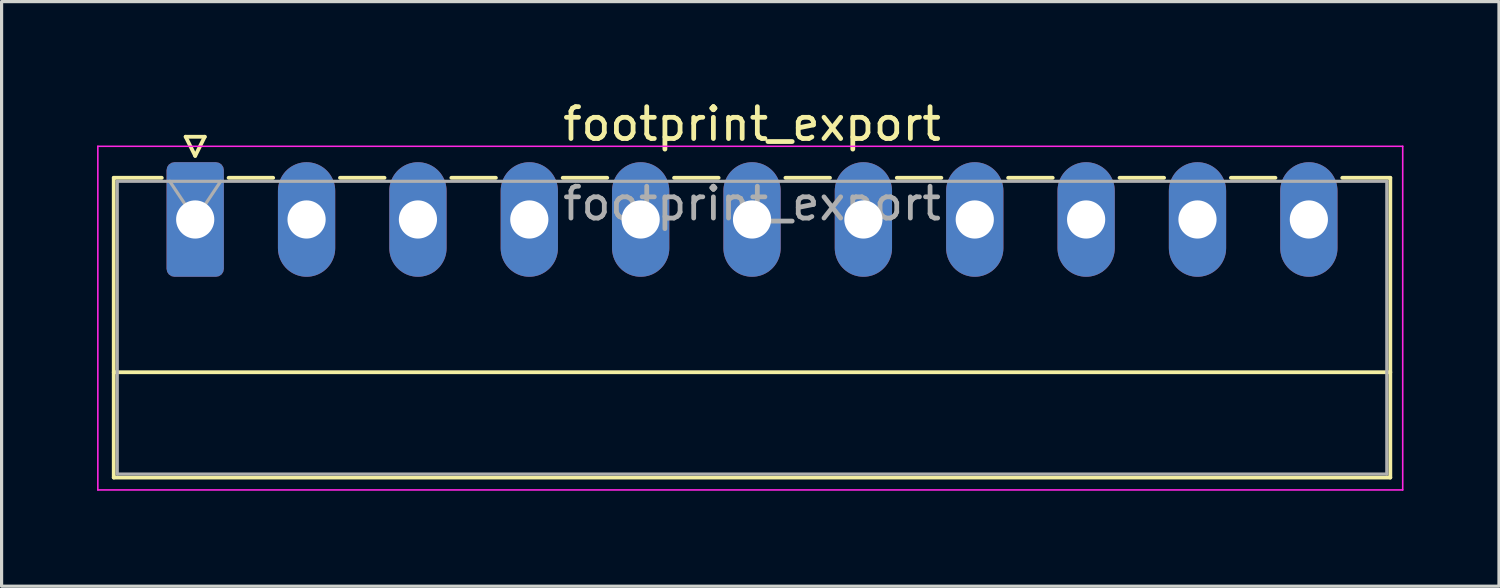
<source format=kicad_pcb>
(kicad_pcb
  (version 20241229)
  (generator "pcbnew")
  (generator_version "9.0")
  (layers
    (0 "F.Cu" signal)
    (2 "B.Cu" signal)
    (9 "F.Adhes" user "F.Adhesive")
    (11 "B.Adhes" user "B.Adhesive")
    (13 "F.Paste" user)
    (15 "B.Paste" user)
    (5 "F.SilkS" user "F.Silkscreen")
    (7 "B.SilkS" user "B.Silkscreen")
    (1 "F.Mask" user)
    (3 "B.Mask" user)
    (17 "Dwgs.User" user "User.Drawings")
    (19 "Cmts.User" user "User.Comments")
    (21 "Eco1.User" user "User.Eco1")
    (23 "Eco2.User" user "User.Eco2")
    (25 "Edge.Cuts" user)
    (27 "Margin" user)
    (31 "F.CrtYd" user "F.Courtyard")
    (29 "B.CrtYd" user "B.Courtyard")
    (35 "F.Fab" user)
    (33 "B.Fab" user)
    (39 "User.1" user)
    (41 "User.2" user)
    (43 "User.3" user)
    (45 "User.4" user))
  (footprint "footprint_export"
    (layer "F.Cu")
    (at 3.085 3.848)
    (property "Reference" "footprint_export" (at 17.5 -3 0) (layer "F.SilkS") (effects (font (size 1 1) (thickness 0.15))))
    (attr through_hole)
    (fp_line (start -2.56 -1.31) (end -2.56 8.11) (stroke (width 0.12) (type solid)) (layer "F.SilkS"))
    (fp_line (start -2.56 -1.31) (end -1.05 -1.31) (stroke (width 0.12) (type solid)) (layer "F.SilkS"))
    (fp_line (start -2.56 4.8) (end 37.56 4.8) (stroke (width 0.12) (type solid)) (layer "F.SilkS"))
    (fp_line (start -2.56 8.11) (end 37.56 8.11) (stroke (width 0.12) (type solid)) (layer "F.SilkS"))
    (fp_line (start -0.3 -2.6) (end 0.3 -2.6) (stroke (width 0.12) (type solid)) (layer "F.SilkS"))
    (fp_line (start 0 -2) (end -0.3 -2.6) (stroke (width 0.12) (type solid)) (layer "F.SilkS"))
    (fp_line (start 0.3 -2.6) (end 0 -2) (stroke (width 0.12) (type solid)) (layer "F.SilkS"))
    (fp_line (start 1.05 -1.31) (end 2.45 -1.31) (stroke (width 0.12) (type solid)) (layer "F.SilkS"))
    (fp_line (start 4.55 -1.31) (end 5.95 -1.31) (stroke (width 0.12) (type solid)) (layer "F.SilkS"))
    (fp_line (start 8.05 -1.31) (end 9.45 -1.31) (stroke (width 0.12) (type solid)) (layer "F.SilkS"))
    (fp_line (start 11.55 -1.31) (end 12.95 -1.31) (stroke (width 0.12) (type solid)) (layer "F.SilkS"))
    (fp_line (start 15.05 -1.31) (end 16.45 -1.31) (stroke (width 0.12) (type solid)) (layer "F.SilkS"))
    (fp_line (start 18.55 -1.31) (end 19.95 -1.31) (stroke (width 0.12) (type solid)) (layer "F.SilkS"))
    (fp_line (start 22.05 -1.31) (end 23.45 -1.31) (stroke (width 0.12) (type solid)) (layer "F.SilkS"))
    (fp_line (start 25.55 -1.31) (end 26.95 -1.31) (stroke (width 0.12) (type solid)) (layer "F.SilkS"))
    (fp_line (start 29.05 -1.31) (end 30.45 -1.31) (stroke (width 0.12) (type solid)) (layer "F.SilkS"))
    (fp_line (start 32.55 -1.31) (end 33.95 -1.31) (stroke (width 0.12) (type solid)) (layer "F.SilkS"))
    (fp_line (start 37.56 -1.31) (end 36.05 -1.31) (stroke (width 0.12) (type solid)) (layer "F.SilkS"))
    (fp_line (start 37.56 8.11) (end 37.56 -1.31) (stroke (width 0.12) (type solid)) (layer "F.SilkS"))
    (fp_line (start -3.06 -2.3) (end -3.06 8.5) (stroke (width 0.05) (type solid)) (layer "F.CrtYd"))
    (fp_line (start -3.06 8.5) (end 37.95 8.5) (stroke (width 0.05) (type solid)) (layer "F.CrtYd"))
    (fp_line (start 37.95 -2.3) (end -3.06 -2.3) (stroke (width 0.05) (type solid)) (layer "F.CrtYd"))
    (fp_line (start 37.95 8.5) (end 37.95 -2.3) (stroke (width 0.05) (type solid)) (layer "F.CrtYd"))
    (fp_line (start -2.45 -1.2) (end -2.45 8) (stroke (width 0.1) (type solid)) (layer "F.Fab"))
    (fp_line (start -2.45 8) (end 37.45 8) (stroke (width 0.1) (type solid)) (layer "F.Fab"))
    (fp_line (start 0 0) (end -0.8 -1.2) (stroke (width 0.1) (type solid)) (layer "F.Fab"))
    (fp_line (start 0.8 -1.2) (end 0 0) (stroke (width 0.1) (type solid)) (layer "F.Fab"))
    (fp_line (start 37.45 -1.2) (end -2.45 -1.2) (stroke (width 0.1) (type solid)) (layer "F.Fab"))
    (fp_line (start 37.45 8) (end 37.45 -1.2) (stroke (width 0.1) (type solid)) (layer "F.Fab"))
    (fp_text user "${REFERENCE}" (at 17.5 -0.5 0) (layer "F.Fab") (effects (font (size 1 1) (thickness 0.15))))
    (pad "1" thru_hole roundrect (at 0 0) (size 1.8 3.6) (drill 1.2) (layers "*.Cu" "*.Mask") (roundrect_rratio 0.139))
    (pad "2" thru_hole oval (at 3.5 0) (size 1.8 3.6) (drill 1.2) (layers "*.Cu" "*.Mask"))
    (pad "3" thru_hole oval (at 7 0) (size 1.8 3.6) (drill 1.2) (layers "*.Cu" "*.Mask"))
    (pad "4" thru_hole oval (at 10.5 0) (size 1.8 3.6) (drill 1.2) (layers "*.Cu" "*.Mask"))
    (pad "5" thru_hole oval (at 14 0) (size 1.8 3.6) (drill 1.2) (layers "*.Cu" "*.Mask"))
    (pad "6" thru_hole oval (at 17.5 0) (size 1.8 3.6) (drill 1.2) (layers "*.Cu" "*.Mask"))
    (pad "7" thru_hole oval (at 21 0) (size 1.8 3.6) (drill 1.2) (layers "*.Cu" "*.Mask"))
    (pad "8" thru_hole oval (at 24.5 0) (size 1.8 3.6) (drill 1.2) (layers "*.Cu" "*.Mask"))
    (pad "9" thru_hole oval (at 28 0) (size 1.8 3.6) (drill 1.2) (layers "*.Cu" "*.Mask"))
    (pad "10" thru_hole oval (at 31.5 0) (size 1.8 3.6) (drill 1.2) (layers "*.Cu" "*.Mask"))
    (pad "11" thru_hole oval (at 35 0) (size 1.8 3.6) (drill 1.2) (layers "*.Cu" "*.Mask")))
  (gr_rect
    (start -3 -3)
    (end 44.06 15.373)
    (stroke (width 0.1) (type default))
    (fill no)
    (layer "Edge.Cuts")))
</source>
